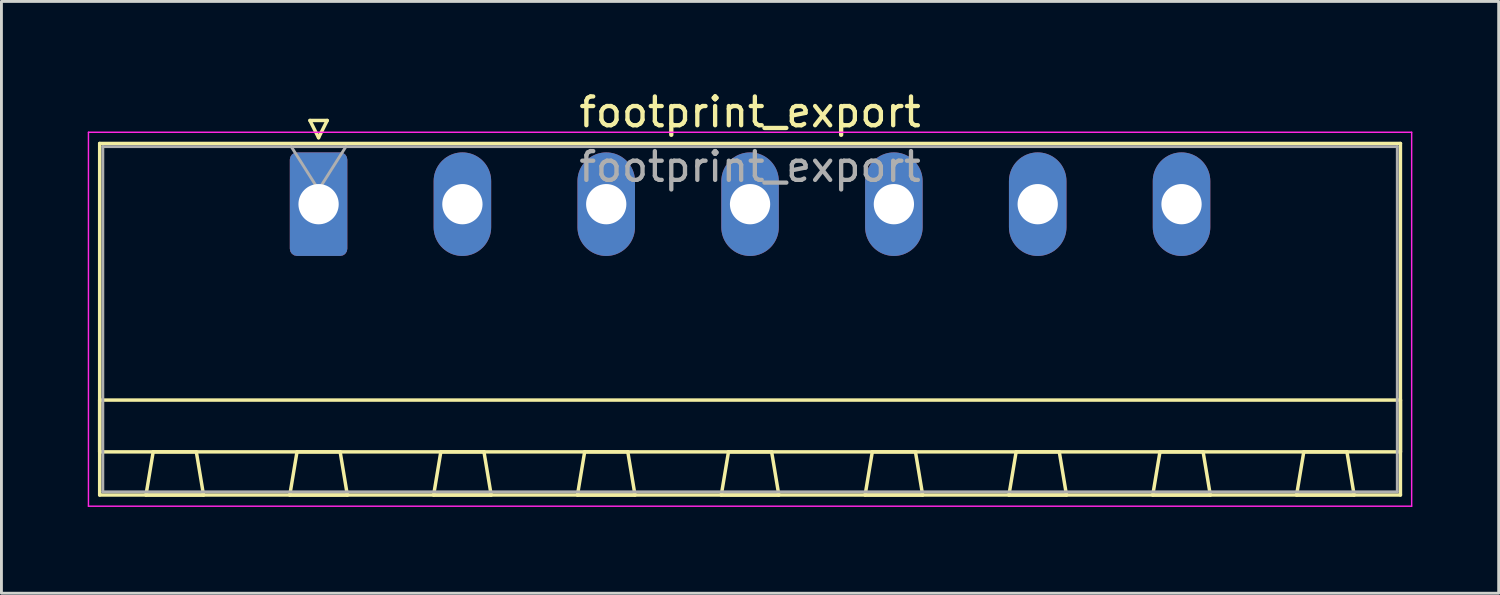
<source format=kicad_pcb>
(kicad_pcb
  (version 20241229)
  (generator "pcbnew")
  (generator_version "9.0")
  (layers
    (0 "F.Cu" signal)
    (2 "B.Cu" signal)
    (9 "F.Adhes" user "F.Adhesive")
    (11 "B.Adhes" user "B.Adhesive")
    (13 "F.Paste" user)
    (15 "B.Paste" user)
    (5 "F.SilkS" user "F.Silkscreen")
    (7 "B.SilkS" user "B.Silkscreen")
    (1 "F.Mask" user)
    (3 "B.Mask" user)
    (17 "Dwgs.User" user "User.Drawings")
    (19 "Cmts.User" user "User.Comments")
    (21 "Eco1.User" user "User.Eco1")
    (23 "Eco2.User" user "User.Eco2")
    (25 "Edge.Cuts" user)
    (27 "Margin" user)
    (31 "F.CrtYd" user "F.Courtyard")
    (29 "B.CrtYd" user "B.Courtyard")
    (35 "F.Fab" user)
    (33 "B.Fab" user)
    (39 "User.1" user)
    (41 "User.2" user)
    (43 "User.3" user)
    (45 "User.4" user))
  (footprint "footprint_export"
    (layer "F.Cu")
    (at 8.025 4.048)
    (property "Reference" "footprint_export" (at 15 -3.2 0) (layer "F.SilkS") (effects (font (size 1 1) (thickness 0.15))))
    (attr through_hole)
    (fp_line (start -7.61 -2.11) (end -7.61 10.11) (stroke (width 0.12) (type solid)) (layer "F.SilkS"))
    (fp_line (start -7.61 6.81) (end 37.61 6.81) (stroke (width 0.12) (type solid)) (layer "F.SilkS"))
    (fp_line (start -7.61 8.61) (end -7.61 6.81) (stroke (width 0.12) (type solid)) (layer "F.SilkS"))
    (fp_line (start -7.61 10.11) (end 37.61 10.11) (stroke (width 0.12) (type solid)) (layer "F.SilkS"))
    (fp_line (start -6 10.11) (end -4 10.11) (stroke (width 0.12) (type solid)) (layer "F.SilkS"))
    (fp_line (start -5.75 8.61) (end -6 10.11) (stroke (width 0.12) (type solid)) (layer "F.SilkS"))
    (fp_line (start -4.25 8.61) (end -5.75 8.61) (stroke (width 0.12) (type solid)) (layer "F.SilkS"))
    (fp_line (start -4 10.11) (end -4.25 8.61) (stroke (width 0.12) (type solid)) (layer "F.SilkS"))
    (fp_line (start -1 10.11) (end 1 10.11) (stroke (width 0.12) (type solid)) (layer "F.SilkS"))
    (fp_line (start -0.75 8.61) (end -1 10.11) (stroke (width 0.12) (type solid)) (layer "F.SilkS"))
    (fp_line (start -0.3 -2.91) (end 0.3 -2.91) (stroke (width 0.12) (type solid)) (layer "F.SilkS"))
    (fp_line (start 0 -2.31) (end -0.3 -2.91) (stroke (width 0.12) (type solid)) (layer "F.SilkS"))
    (fp_line (start 0.3 -2.91) (end 0 -2.31) (stroke (width 0.12) (type solid)) (layer "F.SilkS"))
    (fp_line (start 0.75 8.61) (end -0.75 8.61) (stroke (width 0.12) (type solid)) (layer "F.SilkS"))
    (fp_line (start 1 10.11) (end 0.75 8.61) (stroke (width 0.12) (type solid)) (layer "F.SilkS"))
    (fp_line (start 4 10.11) (end 6 10.11) (stroke (width 0.12) (type solid)) (layer "F.SilkS"))
    (fp_line (start 4.25 8.61) (end 4 10.11) (stroke (width 0.12) (type solid)) (layer "F.SilkS"))
    (fp_line (start 5.75 8.61) (end 4.25 8.61) (stroke (width 0.12) (type solid)) (layer "F.SilkS"))
    (fp_line (start 6 10.11) (end 5.75 8.61) (stroke (width 0.12) (type solid)) (layer "F.SilkS"))
    (fp_line (start 9 10.11) (end 11 10.11) (stroke (width 0.12) (type solid)) (layer "F.SilkS"))
    (fp_line (start 9.25 8.61) (end 9 10.11) (stroke (width 0.12) (type solid)) (layer "F.SilkS"))
    (fp_line (start 10.75 8.61) (end 9.25 8.61) (stroke (width 0.12) (type solid)) (layer "F.SilkS"))
    (fp_line (start 11 10.11) (end 10.75 8.61) (stroke (width 0.12) (type solid)) (layer "F.SilkS"))
    (fp_line (start 14 10.11) (end 16 10.11) (stroke (width 0.12) (type solid)) (layer "F.SilkS"))
    (fp_line (start 14.25 8.61) (end 14 10.11) (stroke (width 0.12) (type solid)) (layer "F.SilkS"))
    (fp_line (start 15.75 8.61) (end 14.25 8.61) (stroke (width 0.12) (type solid)) (layer "F.SilkS"))
    (fp_line (start 16 10.11) (end 15.75 8.61) (stroke (width 0.12) (type solid)) (layer "F.SilkS"))
    (fp_line (start 19 10.11) (end 21 10.11) (stroke (width 0.12) (type solid)) (layer "F.SilkS"))
    (fp_line (start 19.25 8.61) (end 19 10.11) (stroke (width 0.12) (type solid)) (layer "F.SilkS"))
    (fp_line (start 20.75 8.61) (end 19.25 8.61) (stroke (width 0.12) (type solid)) (layer "F.SilkS"))
    (fp_line (start 21 10.11) (end 20.75 8.61) (stroke (width 0.12) (type solid)) (layer "F.SilkS"))
    (fp_line (start 24 10.11) (end 26 10.11) (stroke (width 0.12) (type solid)) (layer "F.SilkS"))
    (fp_line (start 24.25 8.61) (end 24 10.11) (stroke (width 0.12) (type solid)) (layer "F.SilkS"))
    (fp_line (start 25.75 8.61) (end 24.25 8.61) (stroke (width 0.12) (type solid)) (layer "F.SilkS"))
    (fp_line (start 26 10.11) (end 25.75 8.61) (stroke (width 0.12) (type solid)) (layer "F.SilkS"))
    (fp_line (start 29 10.11) (end 31 10.11) (stroke (width 0.12) (type solid)) (layer "F.SilkS"))
    (fp_line (start 29.25 8.61) (end 29 10.11) (stroke (width 0.12) (type solid)) (layer "F.SilkS"))
    (fp_line (start 30.75 8.61) (end 29.25 8.61) (stroke (width 0.12) (type solid)) (layer "F.SilkS"))
    (fp_line (start 31 10.11) (end 30.75 8.61) (stroke (width 0.12) (type solid)) (layer "F.SilkS"))
    (fp_line (start 34 10.11) (end 36 10.11) (stroke (width 0.12) (type solid)) (layer "F.SilkS"))
    (fp_line (start 34.25 8.61) (end 34 10.11) (stroke (width 0.12) (type solid)) (layer "F.SilkS"))
    (fp_line (start 35.75 8.61) (end 34.25 8.61) (stroke (width 0.12) (type solid)) (layer "F.SilkS"))
    (fp_line (start 36 10.11) (end 35.75 8.61) (stroke (width 0.12) (type solid)) (layer "F.SilkS"))
    (fp_line (start 37.61 -2.11) (end -7.61 -2.11) (stroke (width 0.12) (type solid)) (layer "F.SilkS"))
    (fp_line (start 37.61 6.81) (end 37.61 8.61) (stroke (width 0.12) (type solid)) (layer "F.SilkS"))
    (fp_line (start 37.61 8.61) (end -7.61 8.61) (stroke (width 0.12) (type solid)) (layer "F.SilkS"))
    (fp_line (start 37.61 10.11) (end 37.61 -2.11) (stroke (width 0.12) (type solid)) (layer "F.SilkS"))
    (fp_line (start -8 -2.5) (end -8 10.5) (stroke (width 0.05) (type solid)) (layer "F.CrtYd"))
    (fp_line (start -8 10.5) (end 38 10.5) (stroke (width 0.05) (type solid)) (layer "F.CrtYd"))
    (fp_line (start 38 -2.5) (end -8 -2.5) (stroke (width 0.05) (type solid)) (layer "F.CrtYd"))
    (fp_line (start 38 10.5) (end 38 -2.5) (stroke (width 0.05) (type solid)) (layer "F.CrtYd"))
    (fp_line (start -7.5 -2) (end -7.5 10) (stroke (width 0.1) (type solid)) (layer "F.Fab"))
    (fp_line (start -7.5 10) (end 37.5 10) (stroke (width 0.1) (type solid)) (layer "F.Fab"))
    (fp_line (start 0 -0.5) (end -0.95 -2) (stroke (width 0.1) (type solid)) (layer "F.Fab"))
    (fp_line (start 0.95 -2) (end 0 -0.5) (stroke (width 0.1) (type solid)) (layer "F.Fab"))
    (fp_line (start 37.5 -2) (end -7.5 -2) (stroke (width 0.1) (type solid)) (layer "F.Fab"))
    (fp_line (start 37.5 10) (end 37.5 -2) (stroke (width 0.1) (type solid)) (layer "F.Fab"))
    (fp_text user "${REFERENCE}" (at 15 -1.3 0) (layer "F.Fab") (effects (font (size 1 1) (thickness 0.15))))
    (pad "1" thru_hole roundrect (at 0 0) (size 2 3.6) (drill 1.4) (layers "*.Cu" "*.Mask") (roundrect_rratio 0.125))
    (pad "2" thru_hole oval (at 5 0) (size 2 3.6) (drill 1.4) (layers "*.Cu" "*.Mask"))
    (pad "3" thru_hole oval (at 10 0) (size 2 3.6) (drill 1.4) (layers "*.Cu" "*.Mask"))
    (pad "4" thru_hole oval (at 15 0) (size 2 3.6) (drill 1.4) (layers "*.Cu" "*.Mask"))
    (pad "5" thru_hole oval (at 20 0) (size 2 3.6) (drill 1.4) (layers "*.Cu" "*.Mask"))
    (pad "6" thru_hole oval (at 25 0) (size 2 3.6) (drill 1.4) (layers "*.Cu" "*.Mask"))
    (pad "7" thru_hole oval (at 30 0) (size 2 3.6) (drill 1.4) (layers "*.Cu" "*.Mask")))
  (gr_rect
    (start -3 -3)
    (end 49.05 17.573)
    (stroke (width 0.1) (type default))
    (fill no)
    (layer "Edge.Cuts")))
</source>
